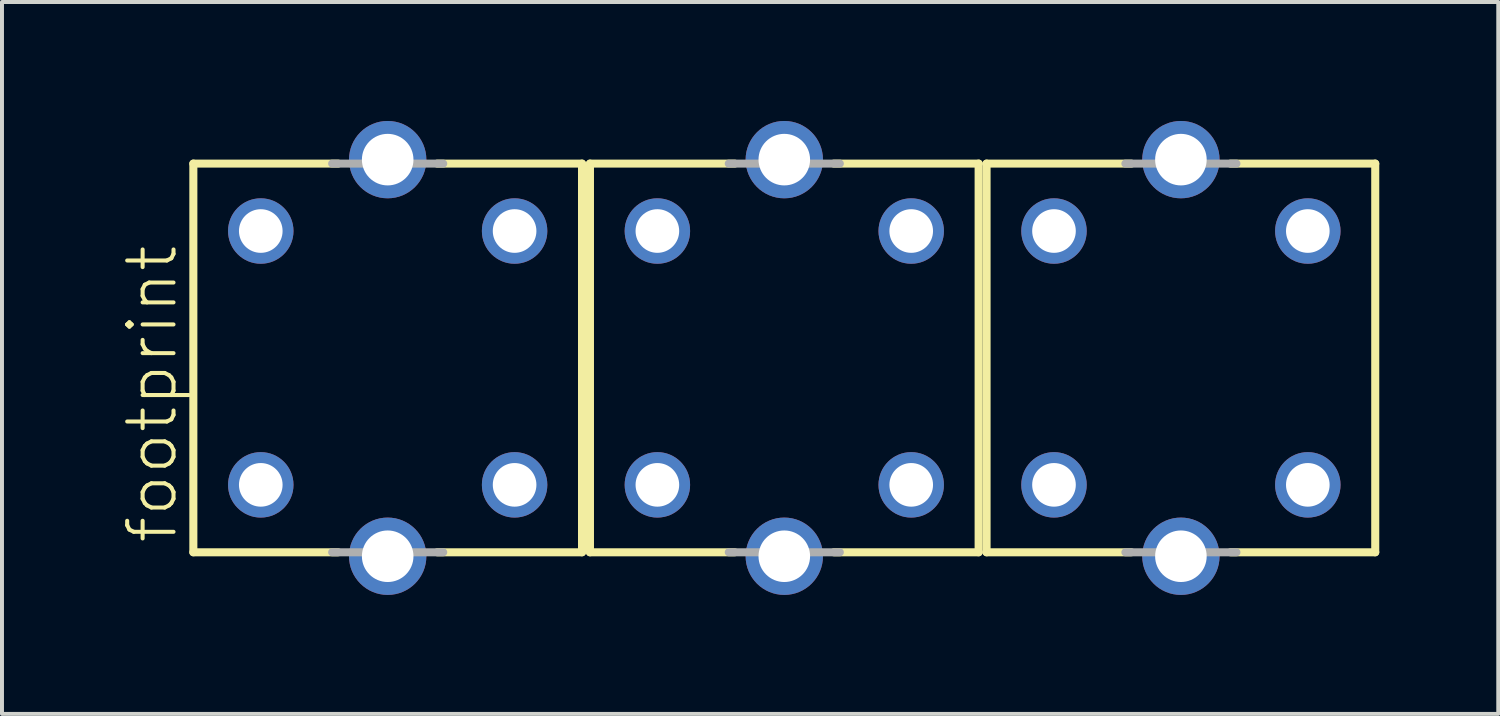
<source format=kicad_pcb>
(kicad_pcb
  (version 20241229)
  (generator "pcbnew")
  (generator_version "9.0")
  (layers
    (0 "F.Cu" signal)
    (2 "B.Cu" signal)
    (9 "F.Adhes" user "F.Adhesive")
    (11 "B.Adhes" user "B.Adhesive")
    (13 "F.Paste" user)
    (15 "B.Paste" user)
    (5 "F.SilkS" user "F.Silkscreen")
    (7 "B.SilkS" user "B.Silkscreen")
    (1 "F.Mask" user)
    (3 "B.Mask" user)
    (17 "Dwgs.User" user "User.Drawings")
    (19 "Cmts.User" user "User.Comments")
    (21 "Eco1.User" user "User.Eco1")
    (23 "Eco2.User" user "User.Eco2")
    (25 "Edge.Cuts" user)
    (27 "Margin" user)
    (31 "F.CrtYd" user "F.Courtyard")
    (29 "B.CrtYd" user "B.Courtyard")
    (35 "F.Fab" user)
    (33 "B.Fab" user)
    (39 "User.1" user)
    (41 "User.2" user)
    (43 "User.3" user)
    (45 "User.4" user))
  (footprint "footprint"
    (layer "F.Cu")
    (at 16.725 5.725)
    (property "Reference" "footprint" (at -15.252 4.979 90) (layer "F.SilkS") (effects (font (size 1.168 1.168) (thickness 0.102)) (justify left bottom)))
    (fp_line (start -14.9 -4.65) (end -11.25 -4.65) (stroke (width 0.203) (type solid)) (layer "F.SilkS"))
    (fp_line (start -14.9 5.15) (end -14.9 -4.65) (stroke (width 0.203) (type solid)) (layer "F.SilkS"))
    (fp_line (start -11.25 5.15) (end -14.9 5.15) (stroke (width 0.203) (type solid)) (layer "F.SilkS"))
    (fp_line (start -8.75 -4.65) (end -5.1 -4.65) (stroke (width 0.203) (type solid)) (layer "F.SilkS"))
    (fp_line (start -5.1 -4.65) (end -5.1 5.15) (stroke (width 0.203) (type solid)) (layer "F.SilkS"))
    (fp_line (start -5.1 5.15) (end -8.75 5.15) (stroke (width 0.203) (type solid)) (layer "F.SilkS"))
    (fp_line (start -4.9 -4.65) (end -1.25 -4.65) (stroke (width 0.203) (type solid)) (layer "F.SilkS"))
    (fp_line (start -4.9 5.15) (end -4.9 -4.65) (stroke (width 0.203) (type solid)) (layer "F.SilkS"))
    (fp_line (start -1.25 5.15) (end -4.9 5.15) (stroke (width 0.203) (type solid)) (layer "F.SilkS"))
    (fp_line (start 1.25 -4.65) (end 4.9 -4.65) (stroke (width 0.203) (type solid)) (layer "F.SilkS"))
    (fp_line (start 4.9 -4.65) (end 4.9 5.15) (stroke (width 0.203) (type solid)) (layer "F.SilkS"))
    (fp_line (start 4.9 5.15) (end 1.25 5.15) (stroke (width 0.203) (type solid)) (layer "F.SilkS"))
    (fp_line (start 5.1 -4.65) (end 8.75 -4.65) (stroke (width 0.203) (type solid)) (layer "F.SilkS"))
    (fp_line (start 5.1 5.15) (end 5.1 -4.65) (stroke (width 0.203) (type solid)) (layer "F.SilkS"))
    (fp_line (start 8.75 5.15) (end 5.1 5.15) (stroke (width 0.203) (type solid)) (layer "F.SilkS"))
    (fp_line (start 11.25 -4.65) (end 14.9 -4.65) (stroke (width 0.203) (type solid)) (layer "F.SilkS"))
    (fp_line (start 14.9 -4.65) (end 14.9 5.15) (stroke (width 0.203) (type solid)) (layer "F.SilkS"))
    (fp_line (start 14.9 5.15) (end 11.25 5.15) (stroke (width 0.203) (type solid)) (layer "F.SilkS"))
    (fp_line (start -11.4 -4.65) (end -8.6 -4.65) (stroke (width 0.203) (type solid)) (layer "F.Fab"))
    (fp_line (start -8.6 5.15) (end -11.4 5.15) (stroke (width 0.203) (type solid)) (layer "F.Fab"))
    (fp_line (start -1.4 -4.65) (end 1.4 -4.65) (stroke (width 0.203) (type solid)) (layer "F.Fab"))
    (fp_line (start 1.4 5.15) (end -1.4 5.15) (stroke (width 0.203) (type solid)) (layer "F.Fab"))
    (fp_line (start 8.6 -4.65) (end 11.4 -4.65) (stroke (width 0.203) (type solid)) (layer "F.Fab"))
    (fp_line (start 11.4 5.15) (end 8.6 5.15) (stroke (width 0.203) (type solid)) (layer "F.Fab"))
    (pad "1" thru_hole circle (at 6.8 3.45) (size 1.65 1.65) (drill 1.1) (layers "*.Cu" "*.Mask"))
    (pad "2" thru_hole circle (at 6.8 -2.95) (size 1.65 1.65) (drill 1.1) (layers "*.Cu" "*.Mask"))
    (pad "4" thru_hole circle (at 13.2 -2.95) (size 1.65 1.65) (drill 1.1) (layers "*.Cu" "*.Mask"))
    (pad "5" thru_hole circle (at 13.2 3.45) (size 1.65 1.65) (drill 1.1) (layers "*.Cu" "*.Mask"))
    (pad "21" thru_hole circle (at -3.2 3.45) (size 1.65 1.65) (drill 1.1) (layers "*.Cu" "*.Mask"))
    (pad "22" thru_hole circle (at -3.2 -2.95) (size 1.65 1.65) (drill 1.1) (layers "*.Cu" "*.Mask"))
    (pad "24" thru_hole circle (at 3.2 -2.95) (size 1.65 1.65) (drill 1.1) (layers "*.Cu" "*.Mask"))
    (pad "25" thru_hole circle (at 3.2 3.45) (size 1.65 1.65) (drill 1.1) (layers "*.Cu" "*.Mask"))
    (pad "31" thru_hole circle (at -13.2 3.45) (size 1.65 1.65) (drill 1.1) (layers "*.Cu" "*.Mask"))
    (pad "32" thru_hole circle (at -13.2 -2.95) (size 1.65 1.65) (drill 1.1) (layers "*.Cu" "*.Mask"))
    (pad "34" thru_hole circle (at -6.8 -2.95) (size 1.65 1.65) (drill 1.1) (layers "*.Cu" "*.Mask"))
    (pad "35" thru_hole circle (at -6.8 3.45) (size 1.65 1.65) (drill 1.1) (layers "*.Cu" "*.Mask"))
    (pad "S1" thru_hole circle (at 10 5.25) (size 1.95 1.95) (drill 1.3) (layers "*.Cu" "*.Mask"))
    (pad "S2" thru_hole circle (at 10 -4.75) (size 1.95 1.95) (drill 1.3) (layers "*.Cu" "*.Mask"))
    (pad "S3" thru_hole circle (at 0 5.25) (size 1.95 1.95) (drill 1.3) (layers "*.Cu" "*.Mask"))
    (pad "S4" thru_hole circle (at 0 -4.75) (size 1.95 1.95) (drill 1.3) (layers "*.Cu" "*.Mask"))
    (pad "S5" thru_hole circle (at -10 5.25) (size 1.95 1.95) (drill 1.3) (layers "*.Cu" "*.Mask"))
    (pad "S6" thru_hole circle (at -10 -4.75) (size 1.95 1.95) (drill 1.3) (layers "*.Cu" "*.Mask")))
  (gr_rect
    (start -3 -3)
    (end 34.727 14.95)
    (stroke (width 0.1) (type default))
    (fill no)
    (layer "Edge.Cuts")))
</source>
